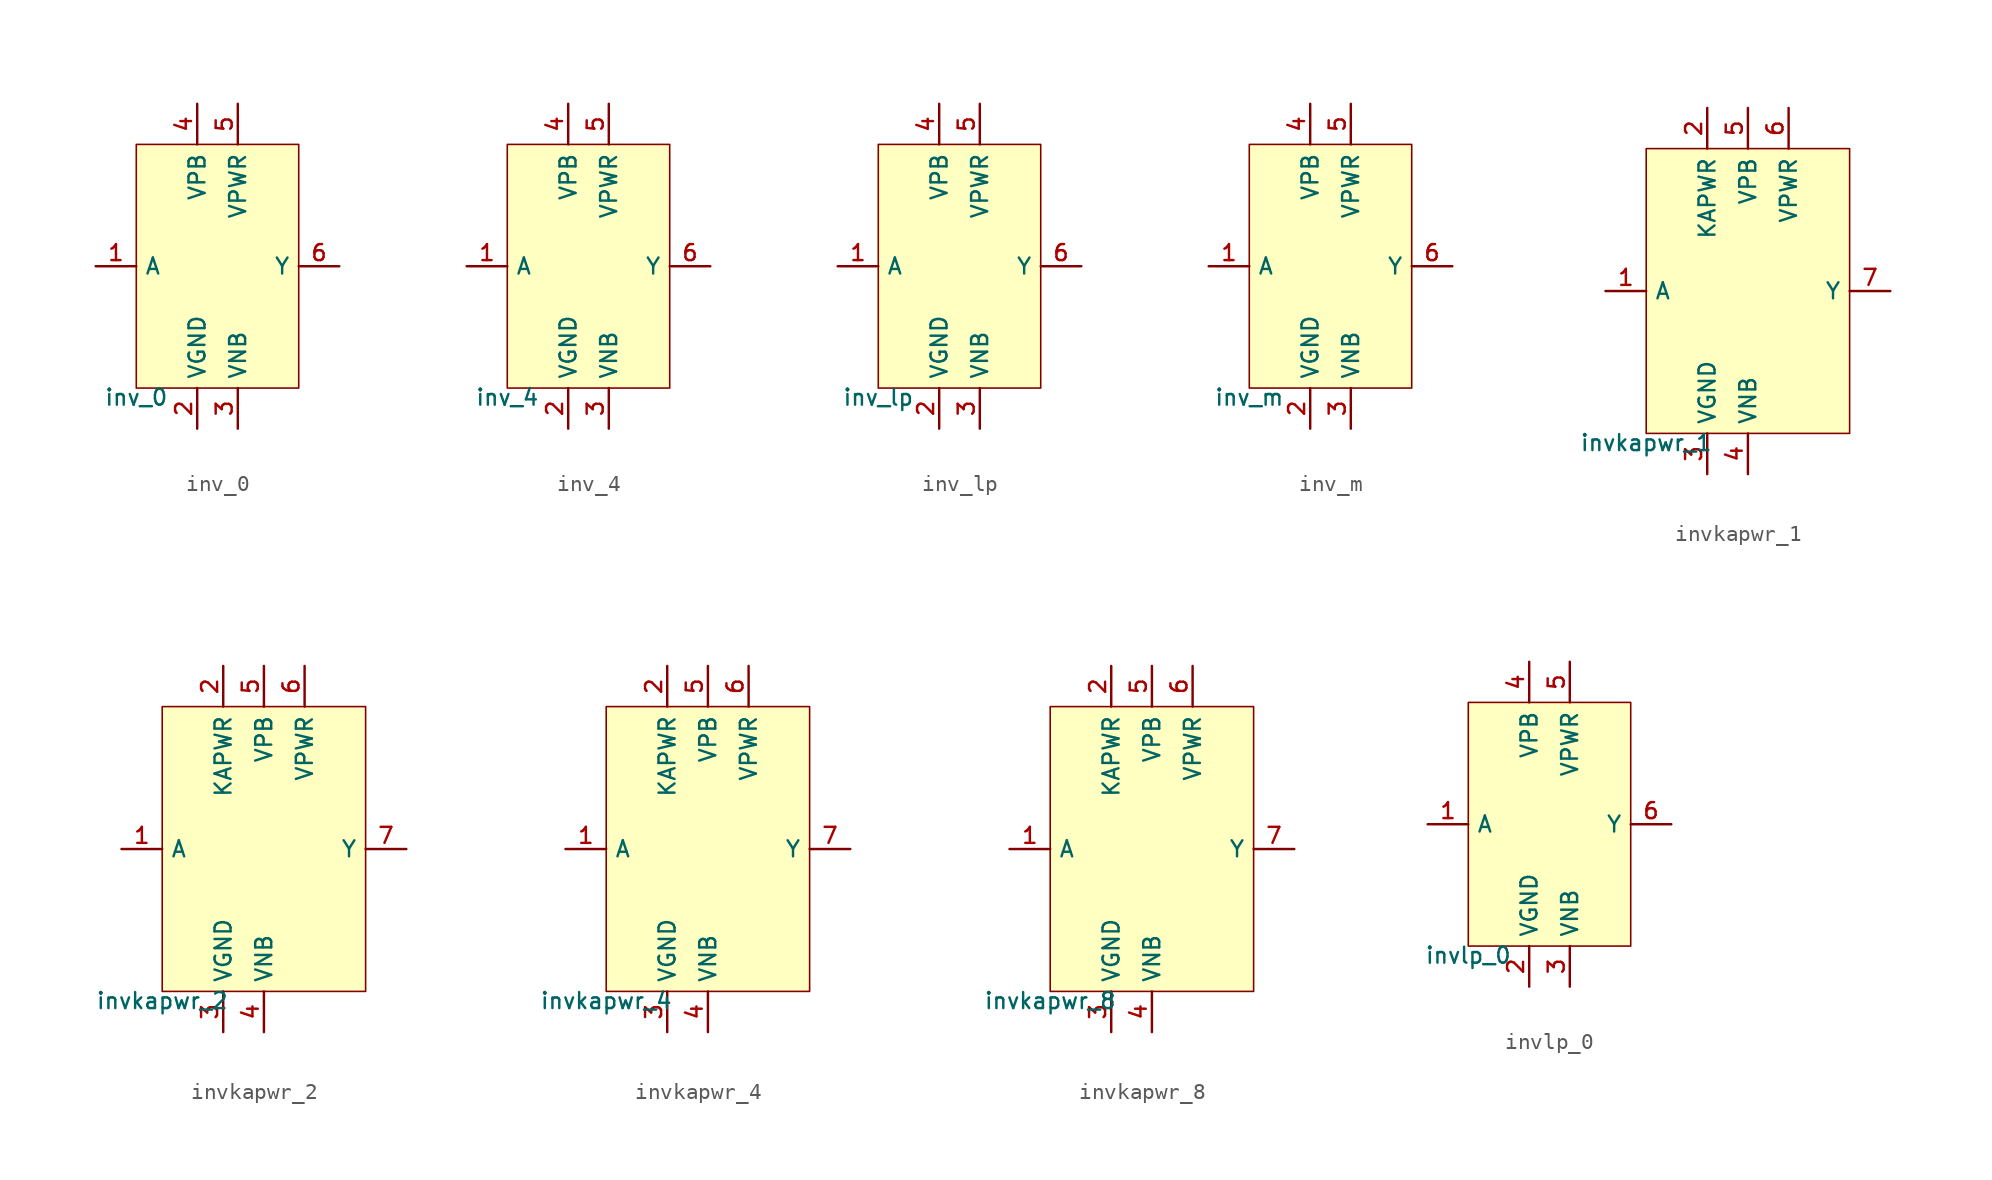
<source format=kicad_sym>
(kicad_symbol_lib
  (version 20211014)
  (generator pdk2kicad)
  (symbol "inv_0"
    (property "Reference" "X"
      (at 0 0 0)
      (effects (font (size 1 1)) hide))
    (property "Value" "inv_0"
      (at -5.08 -7.62 0)
      (effects (font (size 1 1)) (justify top)))
    (rectangle
      (start -5.08 -7.62)
      (end 5.08 7.62)
      (stroke (width 0.1) (type solid) (color 0 0 0 0))
      (fill (type background)))
    (pin input line
      (at -7.62 0.0 0)
      (length 2.54)
      (name "A" (effects (font (size 1 1)) hide))
      (number "1" (effects (font (size 1 1)) hide)))
    (pin power_in line
      (at -1.27 -10.16 90)
      (length 2.54)
      (name "VGND" (effects (font (size 1 1)) hide))
      (number "2" (effects (font (size 1 1)) hide)))
    (pin power_in line
      (at 1.27 -10.16 90)
      (length 2.54)
      (name "VNB" (effects (font (size 1 1)) hide))
      (number "3" (effects (font (size 1 1)) hide)))
    (pin power_in line
      (at -1.27 10.16 270)
      (length 2.54)
      (name "VPB" (effects (font (size 1 1)) hide))
      (number "4" (effects (font (size 1 1)) hide)))
    (pin power_in line
      (at 1.27 10.16 270)
      (length 2.54)
      (name "VPWR" (effects (font (size 1 1)) hide))
      (number "5" (effects (font (size 1 1)) hide)))
    (pin output line
      (at 7.62 0.0 180)
      (length 2.54)
      (name "Y" (effects (font (size 1 1)) hide))
      (number "6" (effects (font (size 1 1)) hide))))
  (symbol "inv_4"
    (property "Reference" "X"
      (at 0 0 0)
      (effects (font (size 1 1)) hide))
    (property "Value" "inv_4"
      (at -5.08 -7.62 0)
      (effects (font (size 1 1)) (justify top)))
    (rectangle
      (start -5.08 -7.62)
      (end 5.08 7.62)
      (stroke (width 0.1) (type solid) (color 0 0 0 0))
      (fill (type background)))
    (pin input line
      (at -7.62 0.0 0)
      (length 2.54)
      (name "A" (effects (font (size 1 1)) hide))
      (number "1" (effects (font (size 1 1)) hide)))
    (pin power_in line
      (at -1.27 -10.16 90)
      (length 2.54)
      (name "VGND" (effects (font (size 1 1)) hide))
      (number "2" (effects (font (size 1 1)) hide)))
    (pin power_in line
      (at 1.27 -10.16 90)
      (length 2.54)
      (name "VNB" (effects (font (size 1 1)) hide))
      (number "3" (effects (font (size 1 1)) hide)))
    (pin power_in line
      (at -1.27 10.16 270)
      (length 2.54)
      (name "VPB" (effects (font (size 1 1)) hide))
      (number "4" (effects (font (size 1 1)) hide)))
    (pin power_in line
      (at 1.27 10.16 270)
      (length 2.54)
      (name "VPWR" (effects (font (size 1 1)) hide))
      (number "5" (effects (font (size 1 1)) hide)))
    (pin output line
      (at 7.62 0.0 180)
      (length 2.54)
      (name "Y" (effects (font (size 1 1)) hide))
      (number "6" (effects (font (size 1 1)) hide))))
  (symbol "inv_lp"
    (property "Reference" "X"
      (at 0 0 0)
      (effects (font (size 1 1)) hide))
    (property "Value" "inv_lp"
      (at -5.08 -7.62 0)
      (effects (font (size 1 1)) (justify top)))
    (rectangle
      (start -5.08 -7.62)
      (end 5.08 7.62)
      (stroke (width 0.1) (type solid) (color 0 0 0 0))
      (fill (type background)))
    (pin input line
      (at -7.62 0.0 0)
      (length 2.54)
      (name "A" (effects (font (size 1 1)) hide))
      (number "1" (effects (font (size 1 1)) hide)))
    (pin power_in line
      (at -1.27 -10.16 90)
      (length 2.54)
      (name "VGND" (effects (font (size 1 1)) hide))
      (number "2" (effects (font (size 1 1)) hide)))
    (pin power_in line
      (at 1.27 -10.16 90)
      (length 2.54)
      (name "VNB" (effects (font (size 1 1)) hide))
      (number "3" (effects (font (size 1 1)) hide)))
    (pin power_in line
      (at -1.27 10.16 270)
      (length 2.54)
      (name "VPB" (effects (font (size 1 1)) hide))
      (number "4" (effects (font (size 1 1)) hide)))
    (pin power_in line
      (at 1.27 10.16 270)
      (length 2.54)
      (name "VPWR" (effects (font (size 1 1)) hide))
      (number "5" (effects (font (size 1 1)) hide)))
    (pin output line
      (at 7.62 0.0 180)
      (length 2.54)
      (name "Y" (effects (font (size 1 1)) hide))
      (number "6" (effects (font (size 1 1)) hide))))
  (symbol "inv_m"
    (property "Reference" "X"
      (at 0 0 0)
      (effects (font (size 1 1)) hide))
    (property "Value" "inv_m"
      (at -5.08 -7.62 0)
      (effects (font (size 1 1)) (justify top)))
    (rectangle
      (start -5.08 -7.62)
      (end 5.08 7.62)
      (stroke (width 0.1) (type solid) (color 0 0 0 0))
      (fill (type background)))
    (pin input line
      (at -7.62 0.0 0)
      (length 2.54)
      (name "A" (effects (font (size 1 1)) hide))
      (number "1" (effects (font (size 1 1)) hide)))
    (pin power_in line
      (at -1.27 -10.16 90)
      (length 2.54)
      (name "VGND" (effects (font (size 1 1)) hide))
      (number "2" (effects (font (size 1 1)) hide)))
    (pin power_in line
      (at 1.27 -10.16 90)
      (length 2.54)
      (name "VNB" (effects (font (size 1 1)) hide))
      (number "3" (effects (font (size 1 1)) hide)))
    (pin power_in line
      (at -1.27 10.16 270)
      (length 2.54)
      (name "VPB" (effects (font (size 1 1)) hide))
      (number "4" (effects (font (size 1 1)) hide)))
    (pin power_in line
      (at 1.27 10.16 270)
      (length 2.54)
      (name "VPWR" (effects (font (size 1 1)) hide))
      (number "5" (effects (font (size 1 1)) hide)))
    (pin output line
      (at 7.62 0.0 180)
      (length 2.54)
      (name "Y" (effects (font (size 1 1)) hide))
      (number "6" (effects (font (size 1 1)) hide))))
  (symbol "invkapwr_1"
    (property "Reference" "X"
      (at 0 0 0)
      (effects (font (size 1 1)) hide))
    (property "Value" "invkapwr_1"
      (at -6.35 -8.89 0)
      (effects (font (size 1 1)) (justify top)))
    (rectangle
      (start -6.35 -8.89)
      (end 6.35 8.89)
      (stroke (width 0.1) (type solid) (color 0 0 0 0))
      (fill (type background)))
    (pin input line
      (at -8.89 8.881784197001252e-16 0)
      (length 2.54)
      (name "A" (effects (font (size 1 1)) hide))
      (number "1" (effects (font (size 1 1)) hide)))
    (pin power_in line
      (at -2.54 11.43 270)
      (length 2.54)
      (name "KAPWR" (effects (font (size 1 1)) hide))
      (number "2" (effects (font (size 1 1)) hide)))
    (pin power_in line
      (at -2.54 -11.43 90)
      (length 2.54)
      (name "VGND" (effects (font (size 1 1)) hide))
      (number "3" (effects (font (size 1 1)) hide)))
    (pin power_in line
      (at 4.440892098500626e-16 -11.43 90)
      (length 2.54)
      (name "VNB" (effects (font (size 1 1)) hide))
      (number "4" (effects (font (size 1 1)) hide)))
    (pin power_in line
      (at 4.440892098500626e-16 11.43 270)
      (length 2.54)
      (name "VPB" (effects (font (size 1 1)) hide))
      (number "5" (effects (font (size 1 1)) hide)))
    (pin power_in line
      (at 2.54 11.43 270)
      (length 2.54)
      (name "VPWR" (effects (font (size 1 1)) hide))
      (number "6" (effects (font (size 1 1)) hide)))
    (pin output line
      (at 8.89 8.881784197001252e-16 180)
      (length 2.54)
      (name "Y" (effects (font (size 1 1)) hide))
      (number "7" (effects (font (size 1 1)) hide))))
  (symbol "invkapwr_2"
    (property "Reference" "X"
      (at 0 0 0)
      (effects (font (size 1 1)) hide))
    (property "Value" "invkapwr_2"
      (at -6.35 -8.89 0)
      (effects (font (size 1 1)) (justify top)))
    (rectangle
      (start -6.35 -8.89)
      (end 6.35 8.89)
      (stroke (width 0.1) (type solid) (color 0 0 0 0))
      (fill (type background)))
    (pin input line
      (at -8.89 8.881784197001252e-16 0)
      (length 2.54)
      (name "A" (effects (font (size 1 1)) hide))
      (number "1" (effects (font (size 1 1)) hide)))
    (pin power_in line
      (at -2.54 11.43 270)
      (length 2.54)
      (name "KAPWR" (effects (font (size 1 1)) hide))
      (number "2" (effects (font (size 1 1)) hide)))
    (pin power_in line
      (at -2.54 -11.43 90)
      (length 2.54)
      (name "VGND" (effects (font (size 1 1)) hide))
      (number "3" (effects (font (size 1 1)) hide)))
    (pin power_in line
      (at 4.440892098500626e-16 -11.43 90)
      (length 2.54)
      (name "VNB" (effects (font (size 1 1)) hide))
      (number "4" (effects (font (size 1 1)) hide)))
    (pin power_in line
      (at 4.440892098500626e-16 11.43 270)
      (length 2.54)
      (name "VPB" (effects (font (size 1 1)) hide))
      (number "5" (effects (font (size 1 1)) hide)))
    (pin power_in line
      (at 2.54 11.43 270)
      (length 2.54)
      (name "VPWR" (effects (font (size 1 1)) hide))
      (number "6" (effects (font (size 1 1)) hide)))
    (pin output line
      (at 8.89 8.881784197001252e-16 180)
      (length 2.54)
      (name "Y" (effects (font (size 1 1)) hide))
      (number "7" (effects (font (size 1 1)) hide))))
  (symbol "invkapwr_4"
    (property "Reference" "X"
      (at 0 0 0)
      (effects (font (size 1 1)) hide))
    (property "Value" "invkapwr_4"
      (at -6.35 -8.89 0)
      (effects (font (size 1 1)) (justify top)))
    (rectangle
      (start -6.35 -8.89)
      (end 6.35 8.89)
      (stroke (width 0.1) (type solid) (color 0 0 0 0))
      (fill (type background)))
    (pin input line
      (at -8.89 8.881784197001252e-16 0)
      (length 2.54)
      (name "A" (effects (font (size 1 1)) hide))
      (number "1" (effects (font (size 1 1)) hide)))
    (pin power_in line
      (at -2.54 11.43 270)
      (length 2.54)
      (name "KAPWR" (effects (font (size 1 1)) hide))
      (number "2" (effects (font (size 1 1)) hide)))
    (pin power_in line
      (at -2.54 -11.43 90)
      (length 2.54)
      (name "VGND" (effects (font (size 1 1)) hide))
      (number "3" (effects (font (size 1 1)) hide)))
    (pin power_in line
      (at 4.440892098500626e-16 -11.43 90)
      (length 2.54)
      (name "VNB" (effects (font (size 1 1)) hide))
      (number "4" (effects (font (size 1 1)) hide)))
    (pin power_in line
      (at 4.440892098500626e-16 11.43 270)
      (length 2.54)
      (name "VPB" (effects (font (size 1 1)) hide))
      (number "5" (effects (font (size 1 1)) hide)))
    (pin power_in line
      (at 2.54 11.43 270)
      (length 2.54)
      (name "VPWR" (effects (font (size 1 1)) hide))
      (number "6" (effects (font (size 1 1)) hide)))
    (pin output line
      (at 8.89 8.881784197001252e-16 180)
      (length 2.54)
      (name "Y" (effects (font (size 1 1)) hide))
      (number "7" (effects (font (size 1 1)) hide))))
  (symbol "invkapwr_8"
    (property "Reference" "X"
      (at 0 0 0)
      (effects (font (size 1 1)) hide))
    (property "Value" "invkapwr_8"
      (at -6.35 -8.89 0)
      (effects (font (size 1 1)) (justify top)))
    (rectangle
      (start -6.35 -8.89)
      (end 6.35 8.89)
      (stroke (width 0.1) (type solid) (color 0 0 0 0))
      (fill (type background)))
    (pin input line
      (at -8.89 8.881784197001252e-16 0)
      (length 2.54)
      (name "A" (effects (font (size 1 1)) hide))
      (number "1" (effects (font (size 1 1)) hide)))
    (pin power_in line
      (at -2.54 11.43 270)
      (length 2.54)
      (name "KAPWR" (effects (font (size 1 1)) hide))
      (number "2" (effects (font (size 1 1)) hide)))
    (pin power_in line
      (at -2.54 -11.43 90)
      (length 2.54)
      (name "VGND" (effects (font (size 1 1)) hide))
      (number "3" (effects (font (size 1 1)) hide)))
    (pin power_in line
      (at 4.440892098500626e-16 -11.43 90)
      (length 2.54)
      (name "VNB" (effects (font (size 1 1)) hide))
      (number "4" (effects (font (size 1 1)) hide)))
    (pin power_in line
      (at 4.440892098500626e-16 11.43 270)
      (length 2.54)
      (name "VPB" (effects (font (size 1 1)) hide))
      (number "5" (effects (font (size 1 1)) hide)))
    (pin power_in line
      (at 2.54 11.43 270)
      (length 2.54)
      (name "VPWR" (effects (font (size 1 1)) hide))
      (number "6" (effects (font (size 1 1)) hide)))
    (pin output line
      (at 8.89 8.881784197001252e-16 180)
      (length 2.54)
      (name "Y" (effects (font (size 1 1)) hide))
      (number "7" (effects (font (size 1 1)) hide))))
  (symbol "invlp_0"
    (property "Reference" "X"
      (at 0 0 0)
      (effects (font (size 1 1)) hide))
    (property "Value" "invlp_0"
      (at -5.08 -7.62 0)
      (effects (font (size 1 1)) (justify top)))
    (rectangle
      (start -5.08 -7.62)
      (end 5.08 7.62)
      (stroke (width 0.1) (type solid) (color 0 0 0 0))
      (fill (type background)))
    (pin input line
      (at -7.62 0.0 0)
      (length 2.54)
      (name "A" (effects (font (size 1 1)) hide))
      (number "1" (effects (font (size 1 1)) hide)))
    (pin power_in line
      (at -1.27 -10.16 90)
      (length 2.54)
      (name "VGND" (effects (font (size 1 1)) hide))
      (number "2" (effects (font (size 1 1)) hide)))
    (pin power_in line
      (at 1.27 -10.16 90)
      (length 2.54)
      (name "VNB" (effects (font (size 1 1)) hide))
      (number "3" (effects (font (size 1 1)) hide)))
    (pin power_in line
      (at -1.27 10.16 270)
      (length 2.54)
      (name "VPB" (effects (font (size 1 1)) hide))
      (number "4" (effects (font (size 1 1)) hide)))
    (pin power_in line
      (at 1.27 10.16 270)
      (length 2.54)
      (name "VPWR" (effects (font (size 1 1)) hide))
      (number "5" (effects (font (size 1 1)) hide)))
    (pin output line
      (at 7.62 0.0 180)
      (length 2.54)
      (name "Y" (effects (font (size 1 1)) hide))
      (number "6" (effects (font (size 1 1)) hide)))))
</source>
